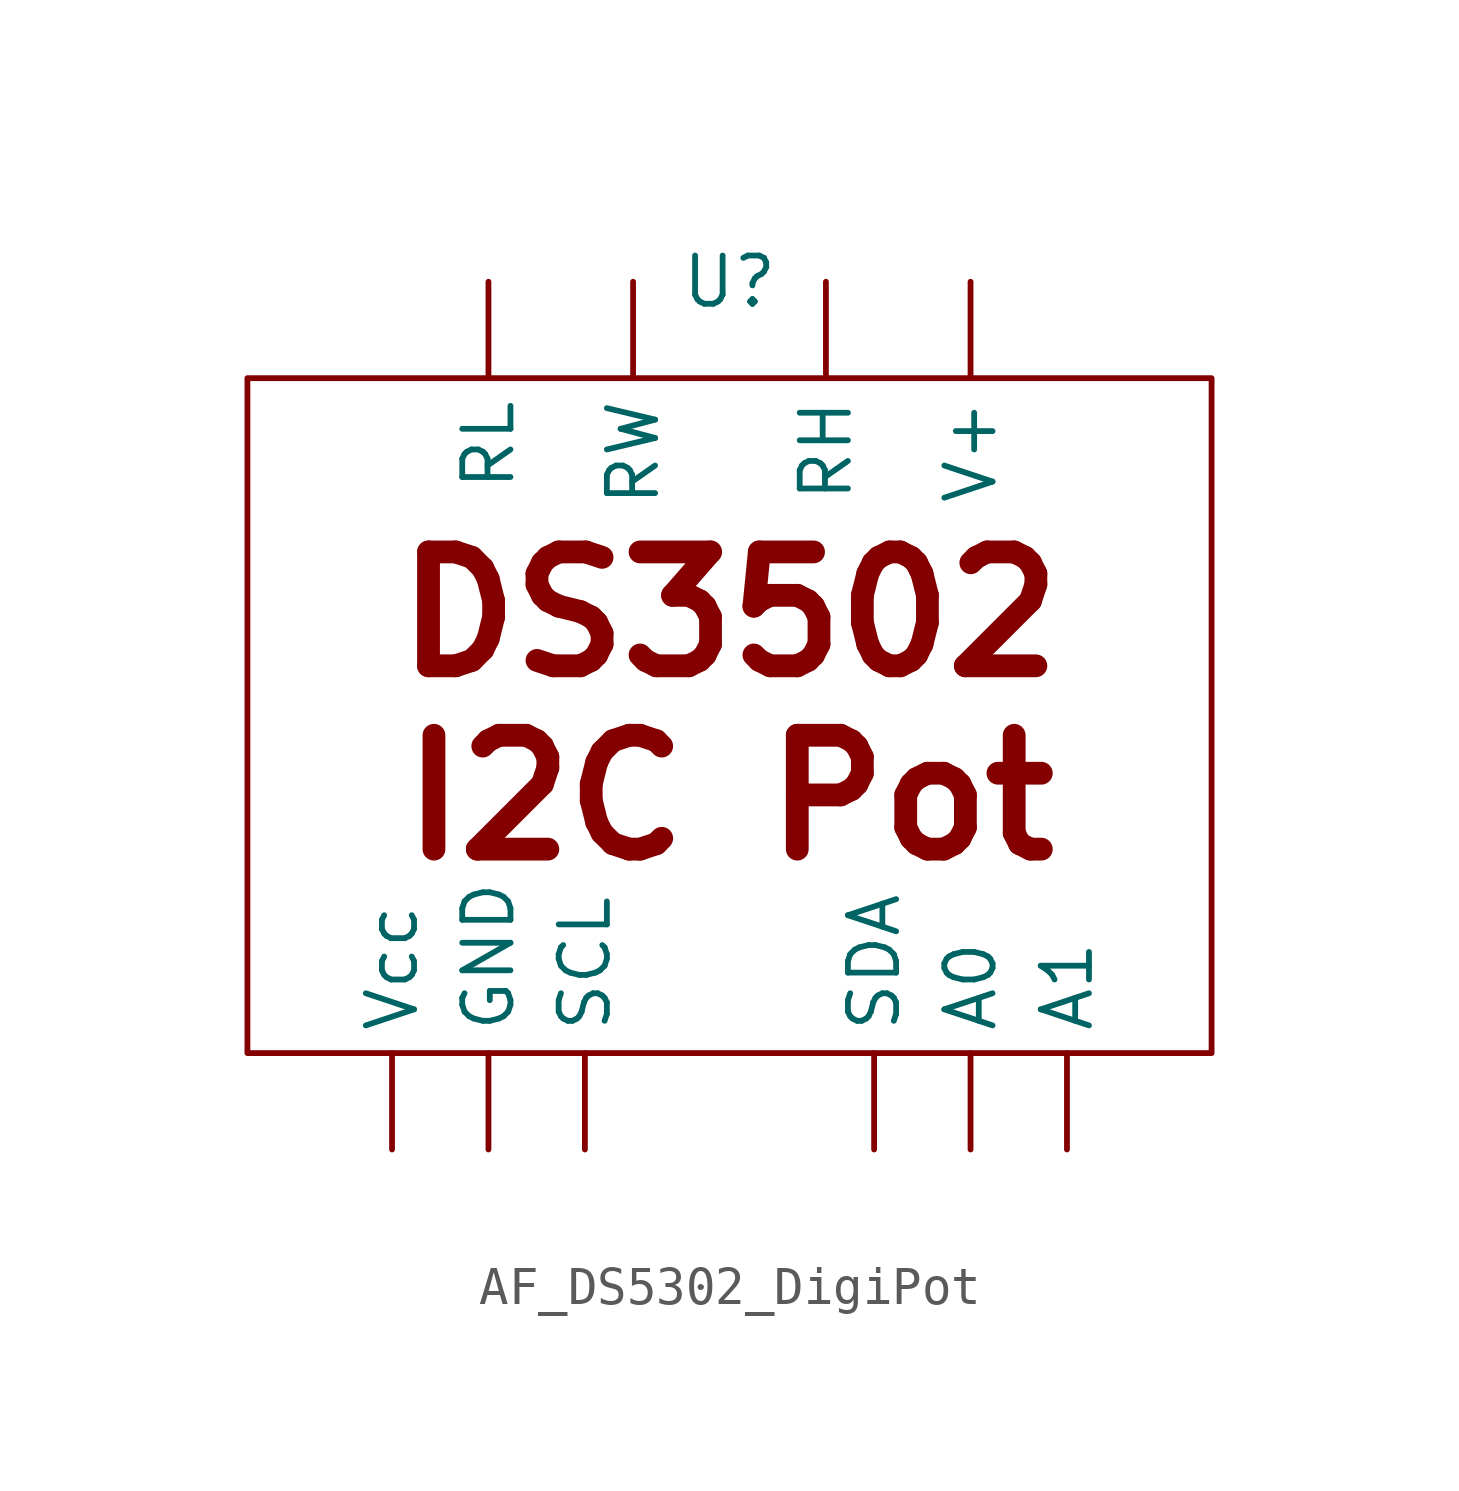
<source format=kicad_sym>
(kicad_symbol_lib
  (version 20241209)
  (generator "kicad_symbol_editor")
  (generator_version "9.0")
  (symbol "AF_DS5302_DigiPot"
    (pin_numbers
      (hide yes))
    (property "Reference" "U"
      (at 0 0 0)
      (effects (font (size 1.27 1.27))))
    (property "Value" ""
      (at 0 0 0)
      (effects (font (size 1.27 1.27))))
    (symbol "AF_DS5302_DigiPot_0_1"
      (rectangle (start -12.7 -2.54) (end 12.7 -20.32) (stroke (width 0) (type default)) (fill (type none))))
    (symbol "AF_DS5302_DigiPot_1_1"
      (text "DS3502\nI2C Pot" (at 0 -11.176 0) (effects (font (size 3 3) (thickness 0.6) (bold yes))))
      (pin input line (at -8.89 -22.86 90) (length 2.54) (name "Vcc" (effects (font (size 1.27 1.27)))) (number "" (effects (font (size 1.27 1.27)))))
      (pin input line (at -6.35 0 270) (length 2.54) (name "RL" (effects (font (size 1.27 1.27)))) (number "" (effects (font (size 1.27 1.27)))))
      (pin input line (at -6.35 -22.86 90) (length 2.54) (name "GND" (effects (font (size 1.27 1.27)))) (number "" (effects (font (size 1.27 1.27)))))
      (pin input line (at -3.81 -22.86 90) (length 2.54) (name "SCL" (effects (font (size 1.27 1.27)))) (number "" (effects (font (size 1.27 1.27)))))
      (pin output line (at -2.54 0 270) (length 2.54) (name "RW" (effects (font (size 1.27 1.27)))) (number "" (effects (font (size 1.27 1.27)))))
      (pin input line (at 2.54 0 270) (length 2.54) (name "RH" (effects (font (size 1.27 1.27)))) (number "" (effects (font (size 1.27 1.27)))))
      (pin bidirectional line (at 3.81 -22.86 90) (length 2.54) (name "SDA" (effects (font (size 1.27 1.27)))) (number "" (effects (font (size 1.27 1.27)))))
      (pin input line (at 6.35 0 270) (length 2.54) (name "V+" (effects (font (size 1.27 1.27)))) (number "" (effects (font (size 1.27 1.27)))))
      (pin input line (at 6.35 -22.86 90) (length 2.54) (name "A0" (effects (font (size 1.27 1.27)))) (number "" (effects (font (size 1.27 1.27)))))
      (pin input line (at 8.89 -22.86 90) (length 2.54) (name "A1" (effects (font (size 1.27 1.27)))) (number "" (effects (font (size 1.27 1.27))))))))
</source>
